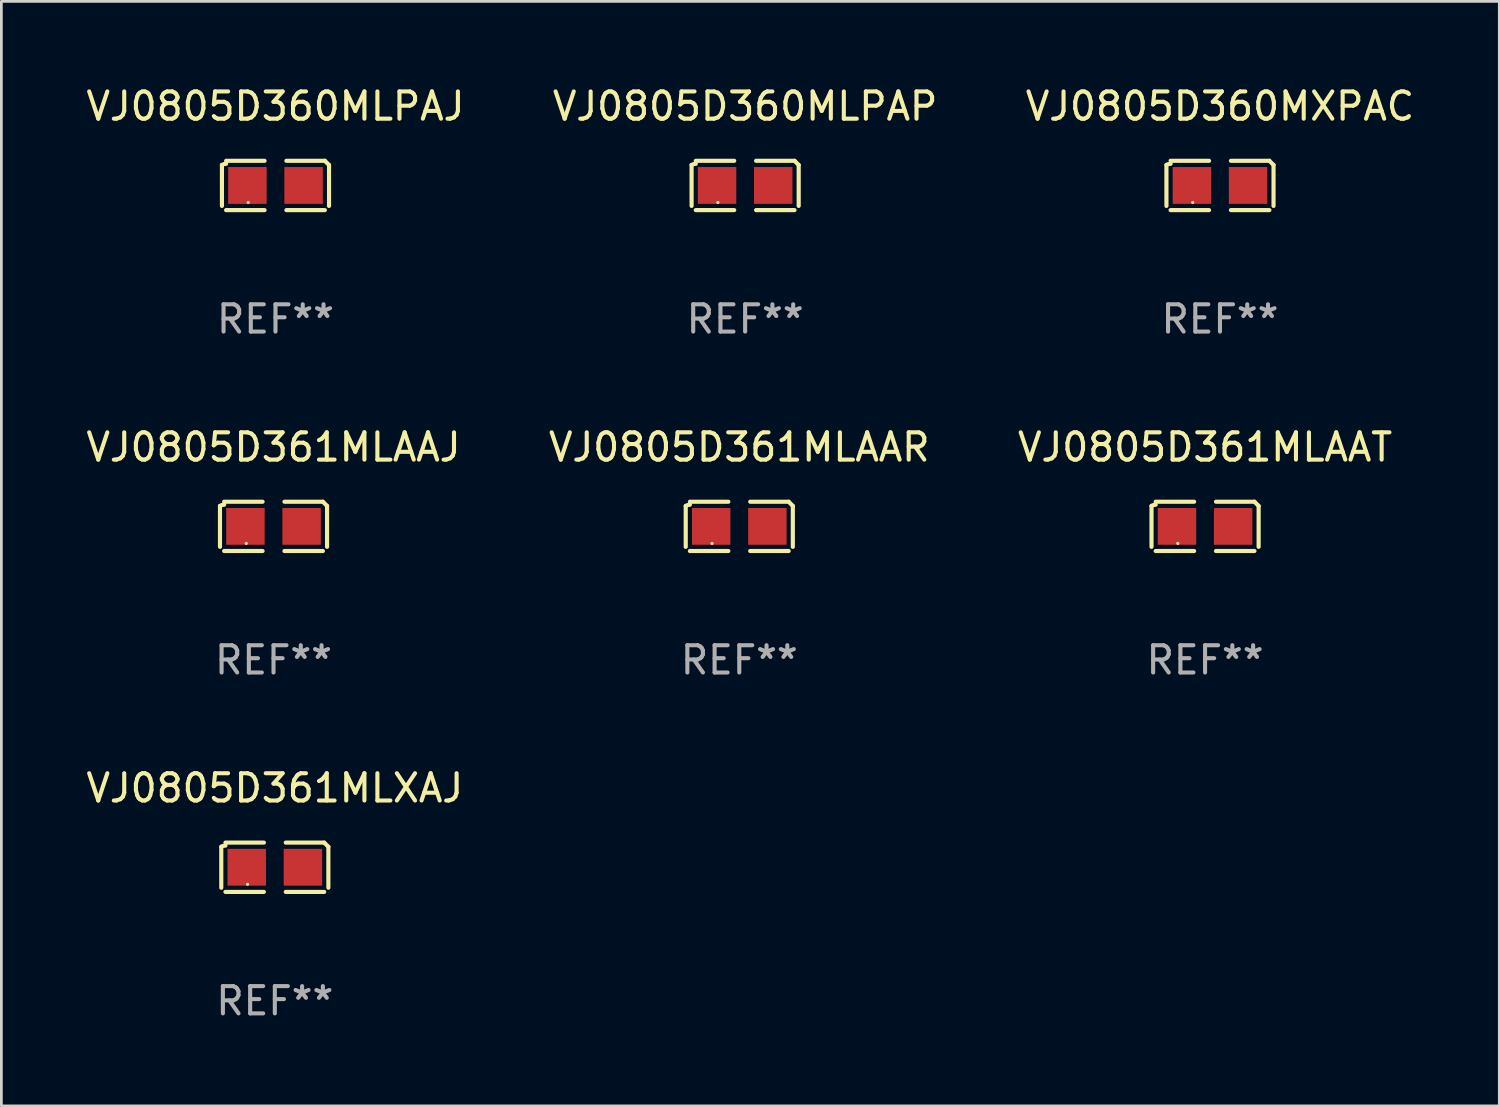
<source format=kicad_pcb>
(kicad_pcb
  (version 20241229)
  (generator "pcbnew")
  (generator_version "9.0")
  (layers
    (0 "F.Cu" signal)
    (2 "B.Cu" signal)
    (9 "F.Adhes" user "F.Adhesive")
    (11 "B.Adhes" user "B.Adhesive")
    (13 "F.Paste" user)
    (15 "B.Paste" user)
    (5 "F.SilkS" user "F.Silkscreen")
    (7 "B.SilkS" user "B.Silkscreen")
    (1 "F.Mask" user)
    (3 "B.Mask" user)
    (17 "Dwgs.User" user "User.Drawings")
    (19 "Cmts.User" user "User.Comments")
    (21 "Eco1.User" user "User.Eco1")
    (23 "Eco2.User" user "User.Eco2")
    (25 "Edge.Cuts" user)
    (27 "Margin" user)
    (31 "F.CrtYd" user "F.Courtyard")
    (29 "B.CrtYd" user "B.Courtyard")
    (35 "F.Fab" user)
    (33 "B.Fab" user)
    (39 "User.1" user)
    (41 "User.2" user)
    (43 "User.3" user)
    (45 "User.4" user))
  (footprint "VJ0805D361MLAAT"
    (layer "F.Cu")
    (at 41.149 16.256)
    (property "Reference" "VJ0805D361MLAAT" (at 0 -2.904 0) (layer "F.SilkS") (effects (font (size 1 1) (thickness 0.15))))
    (attr through_hole)
    (fp_line (start -1.964 0.751) (end -1.964 -0.751) (stroke (width 0.152) (type solid)) (layer "F.SilkS"))
    (fp_line (start -1.811 -0.904) (end -0.401 -0.904) (stroke (width 0.152) (type solid)) (layer "F.SilkS"))
    (fp_line (start -0.401 0.904) (end -1.811 0.904) (stroke (width 0.152) (type solid)) (layer "F.SilkS"))
    (fp_line (start 0.401 0.904) (end 1.811 0.904) (stroke (width 0.152) (type solid)) (layer "F.SilkS"))
    (fp_line (start 1.811 -0.904) (end 0.401 -0.904) (stroke (width 0.152) (type solid)) (layer "F.SilkS"))
    (fp_line (start 1.964 0.751) (end 1.964 -0.751) (stroke (width 0.152) (type solid)) (layer "F.SilkS"))
    (fp_arc (start -1.963602 -0.751207) (mid -1.890354 -0.783131) (end -1.811201 -0.794044) (stroke (width 0.1524) (type solid)) (layer "F.SilkS"))
    (fp_arc (start 1.811202 -0.903607) (mid 1.887413 -0.827418) (end 1.963602 -0.751207) (stroke (width 0.1524) (type solid)) (layer "F.SilkS"))
    (fp_circle (center -1 0.625) (end -0.97 0.625) (stroke (width 0.06) (type solid)) (fill no) (layer "F.SilkS"))
    (fp_text user "REF**" (at 0 4.904 0) (layer "F.Fab") (effects (font (size 1 1) (thickness 0.15))))
    (pad "1" smd rect (at -1.03 0) (size 1.41 1.35) (layers "F.Cu" "F.Mask" "F.Paste"))
    (pad "2" smd rect (at 1.03 0) (size 1.41 1.35) (layers "F.Cu" "F.Mask" "F.Paste")))
  (footprint "VJ0805D361MLXAJ"
    (layer "F.Cu")
    (at 7.03 28.759)
    (property "Reference" "VJ0805D361MLXAJ" (at 0 -2.904 0) (layer "F.SilkS") (effects (font (size 1 1) (thickness 0.15))))
    (attr through_hole)
    (fp_line (start -1.964 0.751) (end -1.964 -0.751) (stroke (width 0.152) (type solid)) (layer "F.SilkS"))
    (fp_line (start -1.811 -0.904) (end -0.401 -0.904) (stroke (width 0.152) (type solid)) (layer "F.SilkS"))
    (fp_line (start -0.401 0.904) (end -1.811 0.904) (stroke (width 0.152) (type solid)) (layer "F.SilkS"))
    (fp_line (start 0.401 0.904) (end 1.811 0.904) (stroke (width 0.152) (type solid)) (layer "F.SilkS"))
    (fp_line (start 1.811 -0.904) (end 0.401 -0.904) (stroke (width 0.152) (type solid)) (layer "F.SilkS"))
    (fp_line (start 1.964 0.751) (end 1.964 -0.751) (stroke (width 0.152) (type solid)) (layer "F.SilkS"))
    (fp_arc (start -1.963602 -0.751207) (mid -1.890354 -0.783131) (end -1.811201 -0.794044) (stroke (width 0.1524) (type solid)) (layer "F.SilkS"))
    (fp_arc (start 1.811202 -0.903607) (mid 1.887413 -0.827418) (end 1.963602 -0.751207) (stroke (width 0.1524) (type solid)) (layer "F.SilkS"))
    (fp_circle (center -1 0.625) (end -0.97 0.625) (stroke (width 0.06) (type solid)) (fill no) (layer "F.SilkS"))
    (fp_text user "REF**" (at 0 4.904 0) (layer "F.Fab") (effects (font (size 1 1) (thickness 0.15))))
    (pad "1" smd rect (at -1.03 0) (size 1.41 1.35) (layers "F.Cu" "F.Mask" "F.Paste"))
    (pad "2" smd rect (at 1.03 0) (size 1.41 1.35) (layers "F.Cu" "F.Mask" "F.Paste")))
  (footprint "VJ0805D361MLAAJ"
    (layer "F.Cu")
    (at 6.982 16.256)
    (property "Reference" "VJ0805D361MLAAJ" (at 0 -2.904 0) (layer "F.SilkS") (effects (font (size 1 1) (thickness 0.15))))
    (attr through_hole)
    (fp_line (start -1.964 0.751) (end -1.964 -0.751) (stroke (width 0.152) (type solid)) (layer "F.SilkS"))
    (fp_line (start -1.811 -0.904) (end -0.401 -0.904) (stroke (width 0.152) (type solid)) (layer "F.SilkS"))
    (fp_line (start -0.401 0.904) (end -1.811 0.904) (stroke (width 0.152) (type solid)) (layer "F.SilkS"))
    (fp_line (start 0.401 0.904) (end 1.811 0.904) (stroke (width 0.152) (type solid)) (layer "F.SilkS"))
    (fp_line (start 1.811 -0.904) (end 0.401 -0.904) (stroke (width 0.152) (type solid)) (layer "F.SilkS"))
    (fp_line (start 1.964 0.751) (end 1.964 -0.751) (stroke (width 0.152) (type solid)) (layer "F.SilkS"))
    (fp_arc (start -1.963602 -0.751207) (mid -1.890354 -0.783131) (end -1.811201 -0.794044) (stroke (width 0.1524) (type solid)) (layer "F.SilkS"))
    (fp_arc (start 1.811202 -0.903607) (mid 1.887413 -0.827418) (end 1.963602 -0.751207) (stroke (width 0.1524) (type solid)) (layer "F.SilkS"))
    (fp_circle (center -1 0.625) (end -0.97 0.625) (stroke (width 0.06) (type solid)) (fill no) (layer "F.SilkS"))
    (fp_text user "REF**" (at 0 4.904 0) (layer "F.Fab") (effects (font (size 1 1) (thickness 0.15))))
    (pad "1" smd rect (at -1.03 0) (size 1.41 1.35) (layers "F.Cu" "F.Mask" "F.Paste"))
    (pad "2" smd rect (at 1.03 0) (size 1.41 1.35) (layers "F.Cu" "F.Mask" "F.Paste")))
  (footprint "VJ0805D361MLAAR"
    (layer "F.Cu")
    (at 24.065 16.256)
    (property "Reference" "VJ0805D361MLAAR" (at 0 -2.904 0) (layer "F.SilkS") (effects (font (size 1 1) (thickness 0.15))))
    (attr through_hole)
    (fp_line (start -1.964 0.751) (end -1.964 -0.751) (stroke (width 0.152) (type solid)) (layer "F.SilkS"))
    (fp_line (start -1.811 -0.904) (end -0.401 -0.904) (stroke (width 0.152) (type solid)) (layer "F.SilkS"))
    (fp_line (start -0.401 0.904) (end -1.811 0.904) (stroke (width 0.152) (type solid)) (layer "F.SilkS"))
    (fp_line (start 0.401 0.904) (end 1.811 0.904) (stroke (width 0.152) (type solid)) (layer "F.SilkS"))
    (fp_line (start 1.811 -0.904) (end 0.401 -0.904) (stroke (width 0.152) (type solid)) (layer "F.SilkS"))
    (fp_line (start 1.964 0.751) (end 1.964 -0.751) (stroke (width 0.152) (type solid)) (layer "F.SilkS"))
    (fp_arc (start -1.963602 -0.751207) (mid -1.890354 -0.783131) (end -1.811201 -0.794044) (stroke (width 0.1524) (type solid)) (layer "F.SilkS"))
    (fp_arc (start 1.811202 -0.903607) (mid 1.887413 -0.827418) (end 1.963602 -0.751207) (stroke (width 0.1524) (type solid)) (layer "F.SilkS"))
    (fp_circle (center -1 0.625) (end -0.97 0.625) (stroke (width 0.06) (type solid)) (fill no) (layer "F.SilkS"))
    (fp_text user "REF**" (at 0 4.904 0) (layer "F.Fab") (effects (font (size 1 1) (thickness 0.15))))
    (pad "1" smd rect (at -1.03 0) (size 1.41 1.35) (layers "F.Cu" "F.Mask" "F.Paste"))
    (pad "2" smd rect (at 1.03 0) (size 1.41 1.35) (layers "F.Cu" "F.Mask" "F.Paste")))
  (footprint "VJ0805D360MLPAP"
    (layer "F.Cu")
    (at 24.28 3.752)
    (property "Reference" "VJ0805D360MLPAP" (at 0 -2.904 0) (layer "F.SilkS") (effects (font (size 1 1) (thickness 0.15))))
    (attr through_hole)
    (fp_line (start -1.964 0.751) (end -1.964 -0.751) (stroke (width 0.152) (type solid)) (layer "F.SilkS"))
    (fp_line (start -1.811 -0.904) (end -0.401 -0.904) (stroke (width 0.152) (type solid)) (layer "F.SilkS"))
    (fp_line (start -0.401 0.904) (end -1.811 0.904) (stroke (width 0.152) (type solid)) (layer "F.SilkS"))
    (fp_line (start 0.401 0.904) (end 1.811 0.904) (stroke (width 0.152) (type solid)) (layer "F.SilkS"))
    (fp_line (start 1.811 -0.904) (end 0.401 -0.904) (stroke (width 0.152) (type solid)) (layer "F.SilkS"))
    (fp_line (start 1.964 0.751) (end 1.964 -0.751) (stroke (width 0.152) (type solid)) (layer "F.SilkS"))
    (fp_arc (start -1.963602 -0.751207) (mid -1.890354 -0.783131) (end -1.811201 -0.794044) (stroke (width 0.1524) (type solid)) (layer "F.SilkS"))
    (fp_arc (start 1.811202 -0.903607) (mid 1.887413 -0.827418) (end 1.963602 -0.751207) (stroke (width 0.1524) (type solid)) (layer "F.SilkS"))
    (fp_circle (center -1 0.625) (end -0.97 0.625) (stroke (width 0.06) (type solid)) (fill no) (layer "F.SilkS"))
    (fp_text user "REF**" (at 0 4.904 0) (layer "F.Fab") (effects (font (size 1 1) (thickness 0.15))))
    (pad "1" smd rect (at -1.03 0) (size 1.41 1.35) (layers "F.Cu" "F.Mask" "F.Paste"))
    (pad "2" smd rect (at 1.03 0) (size 1.41 1.35) (layers "F.Cu" "F.Mask" "F.Paste")))
  (footprint "VJ0805D360MXPAC"
    (layer "F.Cu")
    (at 41.696 3.752)
    (property "Reference" "VJ0805D360MXPAC" (at 0 -2.904 0) (layer "F.SilkS") (effects (font (size 1 1) (thickness 0.15))))
    (attr through_hole)
    (fp_line (start -1.964 0.751) (end -1.964 -0.751) (stroke (width 0.152) (type solid)) (layer "F.SilkS"))
    (fp_line (start -1.811 -0.904) (end -0.401 -0.904) (stroke (width 0.152) (type solid)) (layer "F.SilkS"))
    (fp_line (start -0.401 0.904) (end -1.811 0.904) (stroke (width 0.152) (type solid)) (layer "F.SilkS"))
    (fp_line (start 0.401 0.904) (end 1.811 0.904) (stroke (width 0.152) (type solid)) (layer "F.SilkS"))
    (fp_line (start 1.811 -0.904) (end 0.401 -0.904) (stroke (width 0.152) (type solid)) (layer "F.SilkS"))
    (fp_line (start 1.964 0.751) (end 1.964 -0.751) (stroke (width 0.152) (type solid)) (layer "F.SilkS"))
    (fp_arc (start -1.963602 -0.751207) (mid -1.890354 -0.783131) (end -1.811201 -0.794044) (stroke (width 0.1524) (type solid)) (layer "F.SilkS"))
    (fp_arc (start 1.811202 -0.903607) (mid 1.887413 -0.827418) (end 1.963602 -0.751207) (stroke (width 0.1524) (type solid)) (layer "F.SilkS"))
    (fp_circle (center -1 0.625) (end -0.97 0.625) (stroke (width 0.06) (type solid)) (fill no) (layer "F.SilkS"))
    (fp_text user "REF**" (at 0 4.904 0) (layer "F.Fab") (effects (font (size 1 1) (thickness 0.15))))
    (pad "1" smd rect (at -1.03 0) (size 1.41 1.35) (layers "F.Cu" "F.Mask" "F.Paste"))
    (pad "2" smd rect (at 1.03 0) (size 1.41 1.35) (layers "F.Cu" "F.Mask" "F.Paste")))
  (footprint "VJ0805D360MLPAJ"
    (layer "F.Cu")
    (at 7.054 3.752)
    (property "Reference" "VJ0805D360MLPAJ" (at 0 -2.904 0) (layer "F.SilkS") (effects (font (size 1 1) (thickness 0.15))))
    (attr through_hole)
    (fp_line (start -1.964 0.751) (end -1.964 -0.751) (stroke (width 0.152) (type solid)) (layer "F.SilkS"))
    (fp_line (start -1.811 -0.904) (end -0.401 -0.904) (stroke (width 0.152) (type solid)) (layer "F.SilkS"))
    (fp_line (start -0.401 0.904) (end -1.811 0.904) (stroke (width 0.152) (type solid)) (layer "F.SilkS"))
    (fp_line (start 0.401 0.904) (end 1.811 0.904) (stroke (width 0.152) (type solid)) (layer "F.SilkS"))
    (fp_line (start 1.811 -0.904) (end 0.401 -0.904) (stroke (width 0.152) (type solid)) (layer "F.SilkS"))
    (fp_line (start 1.964 0.751) (end 1.964 -0.751) (stroke (width 0.152) (type solid)) (layer "F.SilkS"))
    (fp_arc (start -1.963602 -0.751207) (mid -1.890354 -0.783131) (end -1.811201 -0.794044) (stroke (width 0.1524) (type solid)) (layer "F.SilkS"))
    (fp_arc (start 1.811202 -0.903607) (mid 1.887413 -0.827418) (end 1.963602 -0.751207) (stroke (width 0.1524) (type solid)) (layer "F.SilkS"))
    (fp_circle (center -1 0.625) (end -0.97 0.625) (stroke (width 0.06) (type solid)) (fill no) (layer "F.SilkS"))
    (fp_text user "REF**" (at 0 4.904 0) (layer "F.Fab") (effects (font (size 1 1) (thickness 0.15))))
    (pad "1" smd rect (at -1.03 0) (size 1.41 1.35) (layers "F.Cu" "F.Mask" "F.Paste"))
    (pad "2" smd rect (at 1.03 0) (size 1.41 1.35) (layers "F.Cu" "F.Mask" "F.Paste")))
  (gr_rect
    (start -3 -3)
    (end 51.94 37.511)
    (stroke (width 0.1) (type default))
    (fill no)
    (layer "Edge.Cuts")))
</source>
